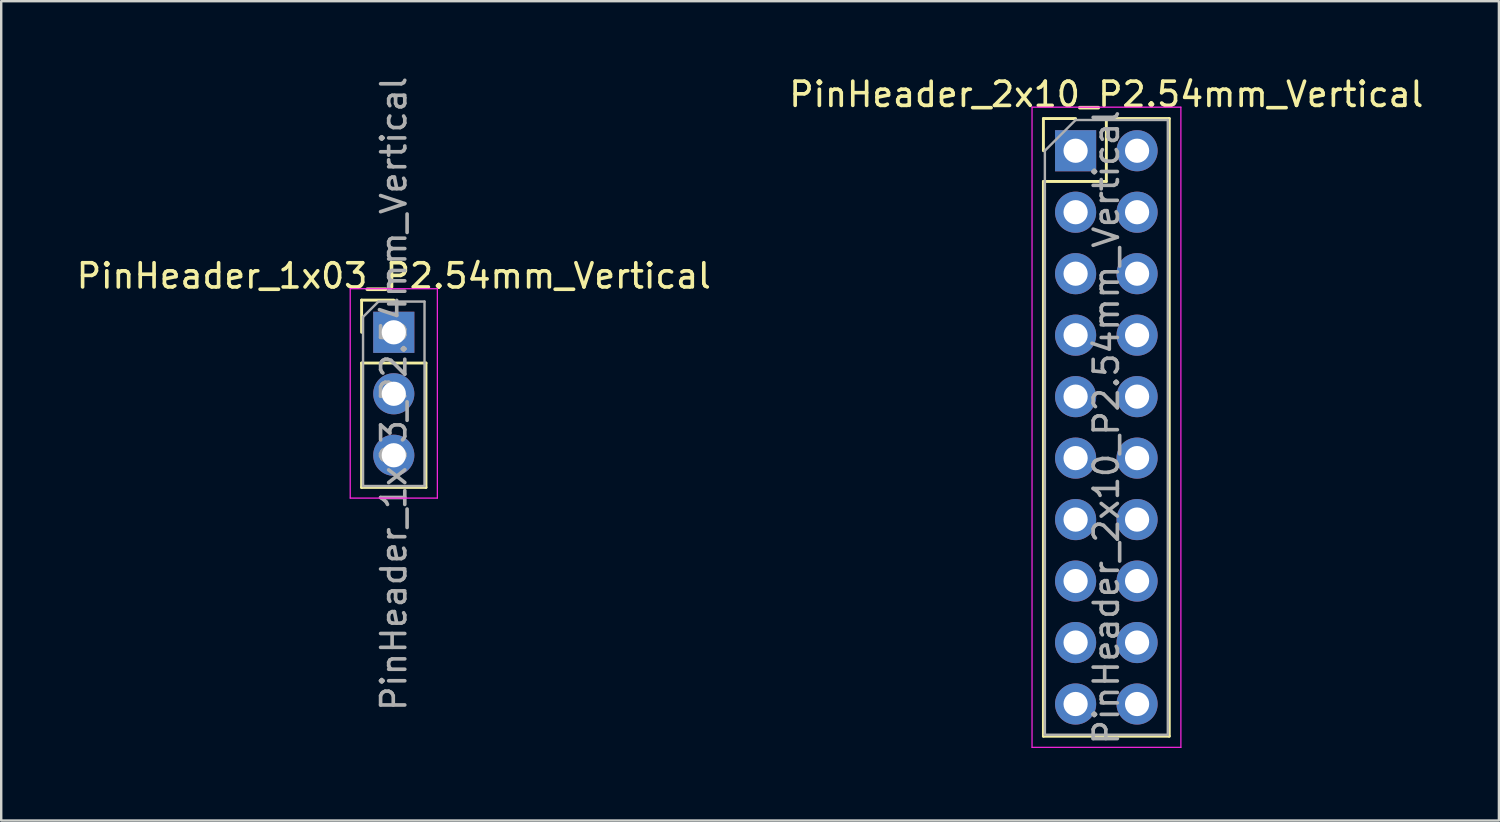
<source format=kicad_pcb>
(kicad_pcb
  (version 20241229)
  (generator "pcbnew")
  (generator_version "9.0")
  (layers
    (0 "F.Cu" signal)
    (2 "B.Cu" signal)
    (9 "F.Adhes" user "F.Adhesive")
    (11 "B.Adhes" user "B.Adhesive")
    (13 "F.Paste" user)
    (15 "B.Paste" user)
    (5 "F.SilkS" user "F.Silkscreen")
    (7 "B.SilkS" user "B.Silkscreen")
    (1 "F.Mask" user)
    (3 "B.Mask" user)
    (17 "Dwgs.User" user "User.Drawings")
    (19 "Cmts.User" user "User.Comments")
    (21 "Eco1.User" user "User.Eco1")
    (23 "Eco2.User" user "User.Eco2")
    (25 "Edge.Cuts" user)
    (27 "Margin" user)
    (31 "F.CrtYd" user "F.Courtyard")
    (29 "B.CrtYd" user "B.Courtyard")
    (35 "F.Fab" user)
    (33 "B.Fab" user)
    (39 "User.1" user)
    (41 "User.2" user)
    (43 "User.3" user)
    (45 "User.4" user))
  (footprint "PinHeader_1x03_P2.54mm_Vertical"
    (layer "F.Cu")
    (at 13.22 10.68)
    (property "Reference" "PinHeader_1x03_P2.54mm_Vertical" (at 0 -2.33 0) (layer "F.SilkS") (effects (font (size 1 1) (thickness 0.15))))
    (attr through_hole)
    (fp_line (start -1.33 -1.33) (end 0 -1.33) (stroke (width 0.12) (type solid)) (layer "F.SilkS"))
    (fp_line (start -1.33 0) (end -1.33 -1.33) (stroke (width 0.12) (type solid)) (layer "F.SilkS"))
    (fp_line (start -1.33 1.27) (end -1.33 6.41) (stroke (width 0.12) (type solid)) (layer "F.SilkS"))
    (fp_line (start -1.33 1.27) (end 1.33 1.27) (stroke (width 0.12) (type solid)) (layer "F.SilkS"))
    (fp_line (start -1.33 6.41) (end 1.33 6.41) (stroke (width 0.12) (type solid)) (layer "F.SilkS"))
    (fp_line (start 1.33 1.27) (end 1.33 6.41) (stroke (width 0.12) (type solid)) (layer "F.SilkS"))
    (fp_line (start -1.8 -1.8) (end -1.8 6.85) (stroke (width 0.05) (type solid)) (layer "F.CrtYd"))
    (fp_line (start -1.8 6.85) (end 1.8 6.85) (stroke (width 0.05) (type solid)) (layer "F.CrtYd"))
    (fp_line (start 1.8 -1.8) (end -1.8 -1.8) (stroke (width 0.05) (type solid)) (layer "F.CrtYd"))
    (fp_line (start 1.8 6.85) (end 1.8 -1.8) (stroke (width 0.05) (type solid)) (layer "F.CrtYd"))
    (fp_line (start -1.27 -0.635) (end -0.635 -1.27) (stroke (width 0.1) (type solid)) (layer "F.Fab"))
    (fp_line (start -1.27 6.35) (end -1.27 -0.635) (stroke (width 0.1) (type solid)) (layer "F.Fab"))
    (fp_line (start -0.635 -1.27) (end 1.27 -1.27) (stroke (width 0.1) (type solid)) (layer "F.Fab"))
    (fp_line (start 1.27 -1.27) (end 1.27 6.35) (stroke (width 0.1) (type solid)) (layer "F.Fab"))
    (fp_line (start 1.27 6.35) (end -1.27 6.35) (stroke (width 0.1) (type solid)) (layer "F.Fab"))
    (fp_text user "${NET_NAME(3)}" (at 2.54 5.08 0) (unlocked yes) (layer "F.SilkS") (effects (font (size 1 1) (thickness 0.1)) (justify left)))
    (fp_text user "${NET_NAME(1)}" (at 2.54 0 0) (unlocked yes) (layer "F.SilkS") (effects (font (size 1 1) (thickness 0.1)) (justify left)))
    (fp_text user "${NET_NAME(2)}" (at 2.54 2.54 0) (unlocked yes) (layer "F.SilkS") (effects (font (size 1 1) (thickness 0.1)) (justify left)))
    (fp_text user "${REFERENCE}" (at 0 2.54 90) (layer "F.Fab") (effects (font (size 1 1) (thickness 0.15))))
    (pad "1" thru_hole rect (at 0 0) (size 1.7 1.7) (drill 1) (layers "*.Cu" "*.Mask"))
    (pad "2" thru_hole oval (at 0 2.54) (size 1.7 1.7) (drill 1) (layers "*.Cu" "*.Mask"))
    (pad "3" thru_hole oval (at 0 5.08) (size 1.7 1.7) (drill 1) (layers "*.Cu" "*.Mask")))
  (footprint "PinHeader_2x10_P2.54mm_Vertical"
    (layer "F.Cu")
    (at 41.391 3.178)
    (property "Reference" "PinHeader_2x10_P2.54mm_Vertical" (at 1.27 -2.33 0) (layer "F.SilkS") (effects (font (size 1 1) (thickness 0.15))))
    (attr through_hole)
    (fp_line (start -1.33 -1.33) (end 0 -1.33) (stroke (width 0.12) (type solid)) (layer "F.SilkS"))
    (fp_line (start -1.33 0) (end -1.33 -1.33) (stroke (width 0.12) (type solid)) (layer "F.SilkS"))
    (fp_line (start -1.33 1.27) (end -1.33 24.19) (stroke (width 0.12) (type solid)) (layer "F.SilkS"))
    (fp_line (start -1.33 1.27) (end 1.27 1.27) (stroke (width 0.12) (type solid)) (layer "F.SilkS"))
    (fp_line (start -1.33 24.19) (end 3.87 24.19) (stroke (width 0.12) (type solid)) (layer "F.SilkS"))
    (fp_line (start 1.27 -1.33) (end 3.87 -1.33) (stroke (width 0.12) (type solid)) (layer "F.SilkS"))
    (fp_line (start 1.27 1.27) (end 1.27 -1.33) (stroke (width 0.12) (type solid)) (layer "F.SilkS"))
    (fp_line (start 3.87 -1.33) (end 3.87 24.19) (stroke (width 0.12) (type solid)) (layer "F.SilkS"))
    (fp_line (start -1.8 -1.8) (end -1.8 24.65) (stroke (width 0.05) (type solid)) (layer "F.CrtYd"))
    (fp_line (start -1.8 24.65) (end 4.35 24.65) (stroke (width 0.05) (type solid)) (layer "F.CrtYd"))
    (fp_line (start 4.35 -1.8) (end -1.8 -1.8) (stroke (width 0.05) (type solid)) (layer "F.CrtYd"))
    (fp_line (start 4.35 24.65) (end 4.35 -1.8) (stroke (width 0.05) (type solid)) (layer "F.CrtYd"))
    (fp_line (start -1.27 0) (end 0 -1.27) (stroke (width 0.1) (type solid)) (layer "F.Fab"))
    (fp_line (start -1.27 24.13) (end -1.27 0) (stroke (width 0.1) (type solid)) (layer "F.Fab"))
    (fp_line (start 0 -1.27) (end 3.81 -1.27) (stroke (width 0.1) (type solid)) (layer "F.Fab"))
    (fp_line (start 3.81 -1.27) (end 3.81 24.13) (stroke (width 0.1) (type solid)) (layer "F.Fab"))
    (fp_line (start 3.81 24.13) (end -1.27 24.13) (stroke (width 0.1) (type solid)) (layer "F.Fab"))
    (fp_text user "${NET_NAME(10)}" (at 5.08 10.16 0) (unlocked yes) (layer "F.SilkS") (effects (font (size 0.5 0.5) (thickness 0.1)) (justify left)))
    (fp_text user "${NET_NAME(13)}" (at -2.54 15.24 0) (unlocked yes) (layer "F.SilkS") (effects (font (size 0.5 0.5) (thickness 0.1)) (justify right)))
    (fp_text user "${NET_NAME(6)}" (at 5.08 5.08 0) (unlocked yes) (layer "F.SilkS") (effects (font (size 0.5 0.5) (thickness 0.1)) (justify left)))
    (fp_text user "${NET_NAME(11)}" (at -2.54 12.7 0) (unlocked yes) (layer "F.SilkS") (effects (font (size 0.5 0.5) (thickness 0.1)) (justify right)))
    (fp_text user "${NET_NAME(8)}" (at 5.08 7.62 0) (unlocked yes) (layer "F.SilkS") (effects (font (size 0.5 0.5) (thickness 0.1)) (justify left)))
    (fp_text user "${NET_NAME(4)}" (at 5.08 2.54 0) (unlocked yes) (layer "F.SilkS") (effects (font (size 0.5 0.5) (thickness 0.1)) (justify left)))
    (fp_text user "${NET_NAME(9)}" (at -2.54 10.16 0) (unlocked yes) (layer "F.SilkS") (effects (font (size 0.5 0.5) (thickness 0.1)) (justify right)))
    (fp_text user "${NET_NAME(12)}" (at 5.08 12.7 0) (unlocked yes) (layer "F.SilkS") (effects (font (size 0.5 0.5) (thickness 0.1)) (justify left)))
    (fp_text user "${NET_NAME(15)}" (at -2.54 17.78 0) (unlocked yes) (layer "F.SilkS") (effects (font (size 0.5 0.5) (thickness 0.1)) (justify right)))
    (fp_text user "${NET_NAME(14)}" (at 5.08 15.24 0) (unlocked yes) (layer "F.SilkS") (effects (font (size 0.5 0.5) (thickness 0.1)) (justify left)))
    (fp_text user "${NET_NAME(19)}" (at -2.54 22.86 0) (unlocked yes) (layer "F.SilkS") (effects (font (size 0.5 0.5) (thickness 0.1)) (justify right)))
    (fp_text user "${NET_NAME(7)}" (at -2.54 7.62 0) (unlocked yes) (layer "F.SilkS") (effects (font (size 0.5 0.5) (thickness 0.1)) (justify right)))
    (fp_text user "${NET_NAME(17)}" (at -2.54 20.32 0) (unlocked yes) (layer "F.SilkS") (effects (font (size 0.5 0.5) (thickness 0.1)) (justify right)))
    (fp_text user "${NET_NAME(3)}" (at -2.54 2.54 0) (unlocked yes) (layer "F.SilkS") (effects (font (size 0.5 0.5) (thickness 0.1)) (justify right)))
    (fp_text user "${NET_NAME(5)}" (at -2.54 5.08 0) (unlocked yes) (layer "F.SilkS") (effects (font (size 0.5 0.5) (thickness 0.1)) (justify right)))
    (fp_text user "${NET_NAME(20)}" (at 5.08 22.86 0) (unlocked yes) (layer "F.SilkS") (effects (font (size 0.5 0.5) (thickness 0.1)) (justify left)))
    (fp_text user "${NET_NAME(2)}" (at 5.08 0 0) (unlocked yes) (layer "F.SilkS") (effects (font (size 0.5 0.5) (thickness 0.1)) (justify left)))
    (fp_text user "${NET_NAME(16)}" (at 5.08 17.78 0) (unlocked yes) (layer "F.SilkS") (effects (font (size 0.5 0.5) (thickness 0.1)) (justify left)))
    (fp_text user "${NET_NAME(1)}" (at -2.54 0 0) (unlocked yes) (layer "F.SilkS") (effects (font (size 0.5 0.5) (thickness 0.1)) (justify right)))
    (fp_text user "${NET_NAME(18)}" (at 5.08 20.32 0) (unlocked yes) (layer "F.SilkS") (effects (font (size 0.5 0.5) (thickness 0.1)) (justify left)))
    (fp_text user "${REFERENCE}" (at 1.27 11.43 90) (layer "F.Fab") (effects (font (size 1 1) (thickness 0.15))))
    (pad "1" thru_hole rect (at 0 0) (size 1.7 1.7) (drill 1) (layers "*.Cu" "*.Mask"))
    (pad "2" thru_hole oval (at 2.54 0) (size 1.7 1.7) (drill 1) (layers "*.Cu" "*.Mask"))
    (pad "3" thru_hole oval (at 0 2.54) (size 1.7 1.7) (drill 1) (layers "*.Cu" "*.Mask"))
    (pad "4" thru_hole oval (at 2.54 2.54) (size 1.7 1.7) (drill 1) (layers "*.Cu" "*.Mask"))
    (pad "5" thru_hole oval (at 0 5.08) (size 1.7 1.7) (drill 1) (layers "*.Cu" "*.Mask"))
    (pad "6" thru_hole oval (at 2.54 5.08) (size 1.7 1.7) (drill 1) (layers "*.Cu" "*.Mask"))
    (pad "7" thru_hole oval (at 0 7.62) (size 1.7 1.7) (drill 1) (layers "*.Cu" "*.Mask"))
    (pad "8" thru_hole oval (at 2.54 7.62) (size 1.7 1.7) (drill 1) (layers "*.Cu" "*.Mask"))
    (pad "9" thru_hole oval (at 0 10.16) (size 1.7 1.7) (drill 1) (layers "*.Cu" "*.Mask"))
    (pad "10" thru_hole oval (at 2.54 10.16) (size 1.7 1.7) (drill 1) (layers "*.Cu" "*.Mask"))
    (pad "11" thru_hole oval (at 0 12.7) (size 1.7 1.7) (drill 1) (layers "*.Cu" "*.Mask"))
    (pad "12" thru_hole oval (at 2.54 12.7) (size 1.7 1.7) (drill 1) (layers "*.Cu" "*.Mask"))
    (pad "13" thru_hole oval (at 0 15.24) (size 1.7 1.7) (drill 1) (layers "*.Cu" "*.Mask"))
    (pad "14" thru_hole oval (at 2.54 15.24) (size 1.7 1.7) (drill 1) (layers "*.Cu" "*.Mask"))
    (pad "15" thru_hole oval (at 0 17.78) (size 1.7 1.7) (drill 1) (layers "*.Cu" "*.Mask"))
    (pad "16" thru_hole oval (at 2.54 17.78) (size 1.7 1.7) (drill 1) (layers "*.Cu" "*.Mask"))
    (pad "17" thru_hole oval (at 0 20.32) (size 1.7 1.7) (drill 1) (layers "*.Cu" "*.Mask"))
    (pad "18" thru_hole oval (at 2.54 20.32) (size 1.7 1.7) (drill 1) (layers "*.Cu" "*.Mask"))
    (pad "19" thru_hole oval (at 0 22.86) (size 1.7 1.7) (drill 1) (layers "*.Cu" "*.Mask"))
    (pad "20" thru_hole oval (at 2.54 22.86) (size 1.7 1.7) (drill 1) (layers "*.Cu" "*.Mask")))
  (gr_rect
    (start -3 -3)
    (end 58.881 30.853)
    (stroke (width 0.1) (type default))
    (fill no)
    (layer "Edge.Cuts")))
</source>
